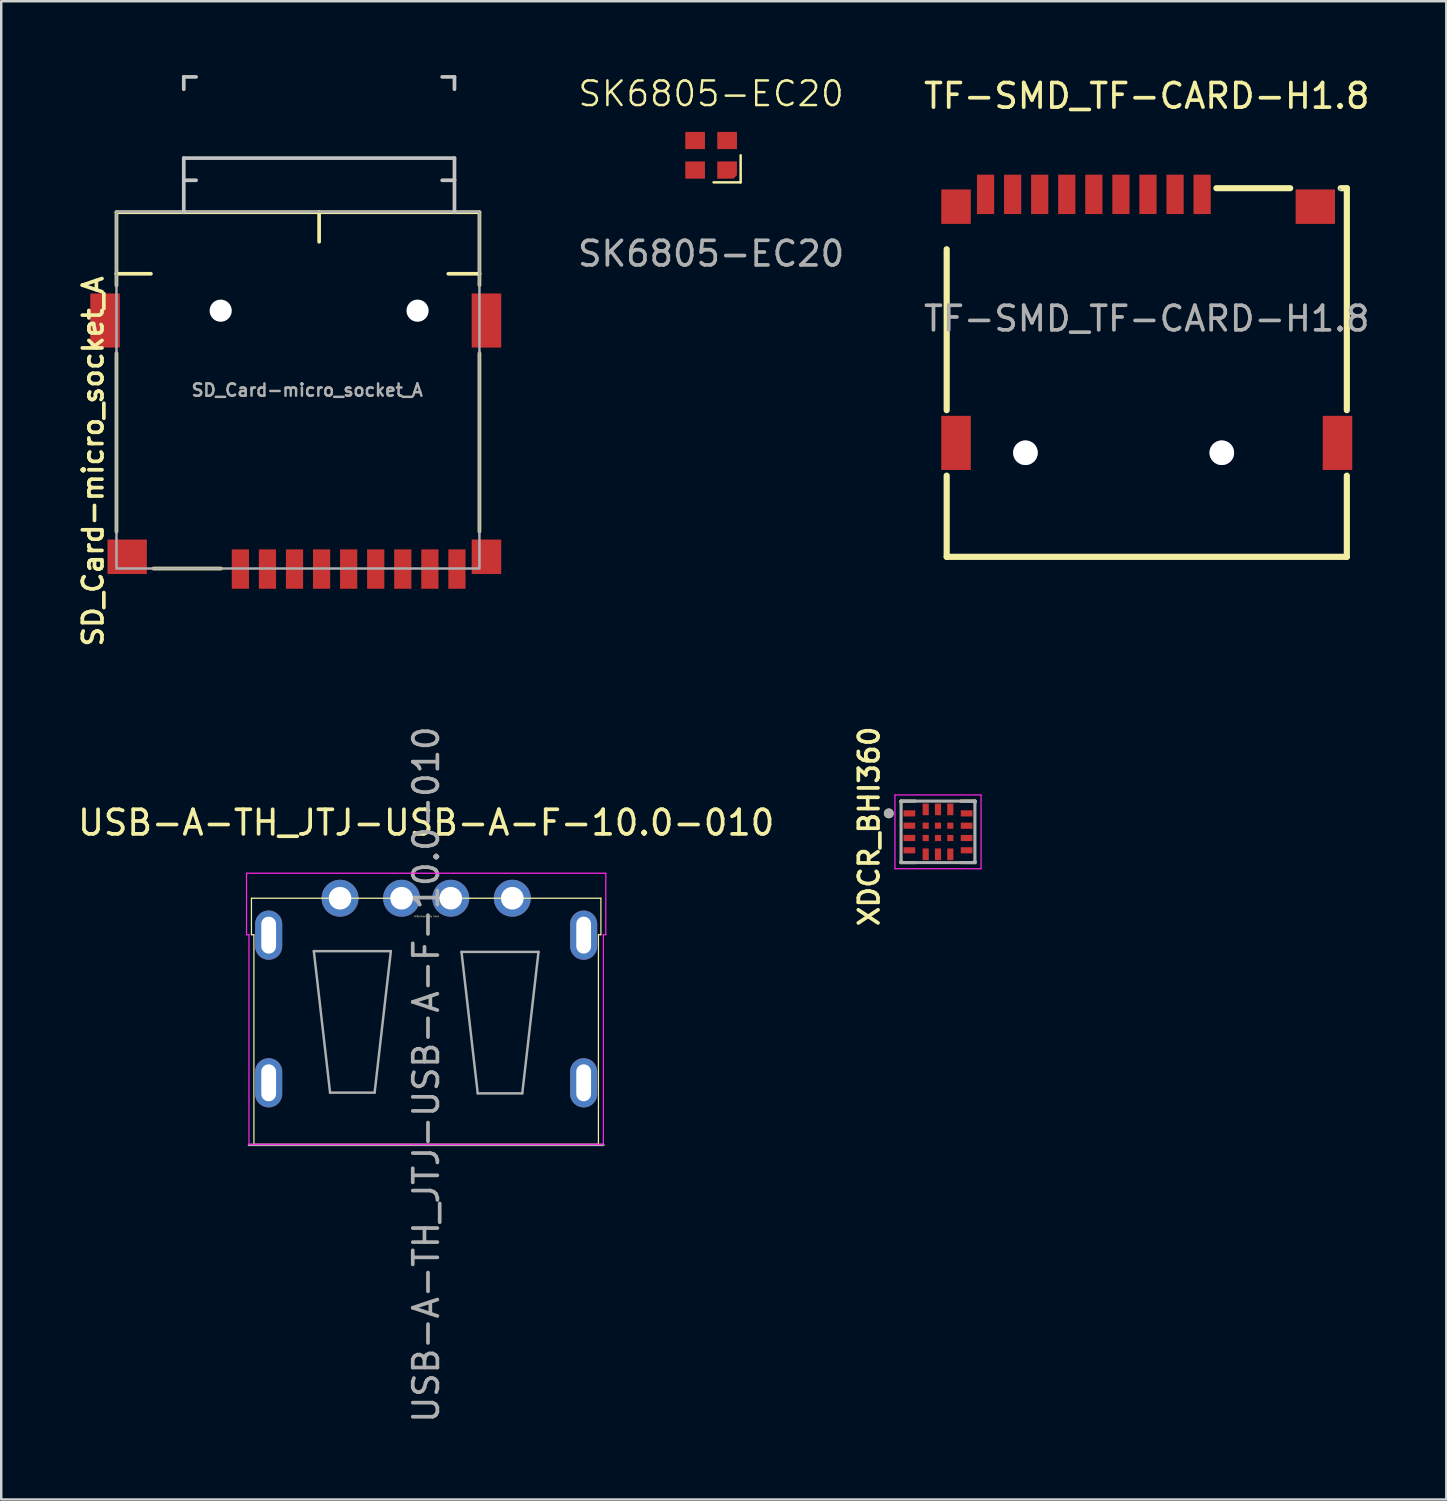
<source format=kicad_pcb>
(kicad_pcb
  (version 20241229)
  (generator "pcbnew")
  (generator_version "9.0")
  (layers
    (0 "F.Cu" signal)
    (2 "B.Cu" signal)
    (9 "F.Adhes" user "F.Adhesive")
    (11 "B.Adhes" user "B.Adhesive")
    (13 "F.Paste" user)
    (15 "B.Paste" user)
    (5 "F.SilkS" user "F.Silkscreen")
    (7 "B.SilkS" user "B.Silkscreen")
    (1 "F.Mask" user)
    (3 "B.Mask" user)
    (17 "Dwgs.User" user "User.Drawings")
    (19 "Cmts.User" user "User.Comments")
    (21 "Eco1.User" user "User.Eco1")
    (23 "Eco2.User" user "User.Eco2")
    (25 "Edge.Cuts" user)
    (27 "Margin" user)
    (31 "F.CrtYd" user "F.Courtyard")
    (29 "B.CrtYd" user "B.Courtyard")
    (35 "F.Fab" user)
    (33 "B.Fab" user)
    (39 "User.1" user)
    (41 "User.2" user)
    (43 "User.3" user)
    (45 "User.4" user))
  (footprint "TF-SMD_TF-CARD-H1.8"
    (layer "F.Cu")
    (at 43.55 9.898)
    (property "Reference" "TF-SMD_TF-CARD-H1.8" (at 0 -9.05 0) (layer "F.SilkS") (effects (font (size 1 1) (thickness 0.15))))
    (attr smd)
    (fp_line (start -8.13 -2.82) (end -8.13 3.72) (stroke (width 0.25) (type solid)) (layer "F.SilkS"))
    (fp_line (start -8.13 6.38) (end -8.13 9.68) (stroke (width 0.25) (type solid)) (layer "F.SilkS"))
    (fp_line (start -8.13 9.68) (end 8.13 9.68) (stroke (width 0.25) (type solid)) (layer "F.SilkS"))
    (fp_line (start 5.83 -5.3) (end 2.83 -5.3) (stroke (width 0.25) (type solid)) (layer "F.SilkS"))
    (fp_line (start 8.13 -5.3) (end 7.88 -5.3) (stroke (width 0.25) (type solid)) (layer "F.SilkS"))
    (fp_line (start 8.13 3.72) (end 8.13 -5.3) (stroke (width 0.25) (type solid)) (layer "F.SilkS"))
    (fp_line (start 8.13 9.68) (end 8.13 6.38) (stroke (width 0.25) (type solid)) (layer "F.SilkS"))
    (fp_circle (center -4.93 5.45) (end -4.73 5.45) (stroke (width 0.4) (type solid)) (fill no) (layer "Cmts.User"))
    (fp_circle (center 3.05 5.45) (end 3.25 5.45) (stroke (width 0.4) (type solid)) (fill no) (layer "Cmts.User"))
    (fp_circle (center 7.85 -5.25) (end 7.88 -5.25) (stroke (width 0.06) (type solid)) (fill no) (layer "F.Fab"))
    (fp_text user "${REFERENCE}" (at 0 0 0) (layer "F.Fab") (effects (font (size 1 1) (thickness 0.15))))
    (pad "" thru_hole circle (at -4.93 5.45) (size 1 1) (drill 1) (layers "*.Cu" "*.Mask"))
    (pad "" thru_hole circle (at 3.05 5.45) (size 1 1) (drill 1) (layers "*.Cu" "*.Mask"))
    (pad "1" smd rect (at 2.25 -5.05) (size 0.7 1.6) (layers "F.Cu" "F.Mask" "F.Paste"))
    (pad "2" smd rect (at 1.15 -5.05) (size 0.7 1.6) (layers "F.Cu" "F.Mask" "F.Paste"))
    (pad "3" smd rect (at 0.05 -5.05) (size 0.7 1.6) (layers "F.Cu" "F.Mask" "F.Paste"))
    (pad "4" smd rect (at -1.05 -5.05) (size 0.7 1.6) (layers "F.Cu" "F.Mask" "F.Paste"))
    (pad "5" smd rect (at -2.15 -5.05) (size 0.7 1.6) (layers "F.Cu" "F.Mask" "F.Paste"))
    (pad "6" smd rect (at -3.25 -5.05) (size 0.7 1.6) (layers "F.Cu" "F.Mask" "F.Paste"))
    (pad "7" smd rect (at -4.35 -5.05) (size 0.7 1.6) (layers "F.Cu" "F.Mask" "F.Paste"))
    (pad "8" smd rect (at -5.45 -5.05) (size 0.7 1.6) (layers "F.Cu" "F.Mask" "F.Paste"))
    (pad "9" smd rect (at -6.55 -5.05) (size 0.7 1.6) (layers "F.Cu" "F.Mask" "F.Paste"))
    (pad "10" smd rect (at -7.75 -4.55) (size 1.2 1.4) (layers "F.Cu" "F.Mask" "F.Paste"))
    (pad "11" smd rect (at -7.75 5.05) (size 1.2 2.2) (layers "F.Cu" "F.Mask" "F.Paste"))
    (pad "12" smd rect (at 7.75 5.05) (size 1.2 2.2) (layers "F.Cu" "F.Mask" "F.Paste"))
    (pad "13" smd rect (at 6.85 -4.55) (size 1.6 1.4) (layers "F.Cu" "F.Mask" "F.Paste")))
  (footprint "SD_Card-micro_socket_A"
    (layer "F.Cu")
    (at 9.933 13.053)
    (property "Reference" "SD_Card-micro_socket_A" (at -9.201 2.645 270) (layer "F.SilkS") (effects (font (size 0.8 0.8) (thickness 0.15))))
    (attr smd)
    (fp_line (start -8.25 -7.478) (end -8.25 -4.978) (stroke (width 0.15) (type solid)) (layer "F.SilkS"))
    (fp_line (start -8.25 -4.978) (end -8.25 -4.5) (stroke (width 0.15) (type default)) (layer "F.SilkS"))
    (fp_line (start -8.25 -1.75) (end -8.25 5.5) (stroke (width 0.15) (type default)) (layer "F.SilkS"))
    (fp_line (start -6.85 -4.978) (end -8.25 -4.978) (stroke (width 0.15) (type solid)) (layer "F.SilkS"))
    (fp_line (start -6.75 7) (end -4 7) (stroke (width 0.15) (type default)) (layer "F.SilkS"))
    (fp_line (start -5.45 -7.478) (end -8.25 -7.478) (stroke (width 0.15) (type solid)) (layer "F.SilkS"))
    (fp_line (start -0.015 -7.478) (end -5.515 -7.478) (stroke (width 0.15) (type solid)) (layer "F.SilkS"))
    (fp_line (start -0.015 -6.278) (end -0.015 -7.478) (stroke (width 0.15) (type solid)) (layer "F.SilkS"))
    (fp_line (start 5.235 -4.978) (end 6.5 -4.978) (stroke (width 0.15) (type solid)) (layer "F.SilkS"))
    (fp_line (start 5.485 -7.478) (end -0.015 -7.478) (stroke (width 0.15) (type solid)) (layer "F.SilkS"))
    (fp_line (start 6.5 -7.478) (end 5.485 -7.478) (stroke (width 0.15) (type solid)) (layer "F.SilkS"))
    (fp_line (start 6.5 -7.478) (end 6.5 -4.978) (stroke (width 0.15) (type solid)) (layer "F.SilkS"))
    (fp_line (start 6.5 -4.989) (end 6.5 -4.511) (stroke (width 0.15) (type default)) (layer "F.SilkS"))
    (fp_line (start 6.5 -1.75) (end 6.5 5.5) (stroke (width 0.15) (type default)) (layer "F.SilkS"))
    (fp_line (start -5.515 -12.978) (end -5.515 -12.478) (stroke (width 0.15) (type solid)) (layer "Dwgs.User"))
    (fp_line (start -5.515 -9.678) (end -5.515 -8.778) (stroke (width 0.15) (type solid)) (layer "Dwgs.User"))
    (fp_line (start -5.515 -8.778) (end -5.515 -7.478) (stroke (width 0.15) (type solid)) (layer "Dwgs.User"))
    (fp_line (start -5.015 -12.978) (end -5.515 -12.978) (stroke (width 0.15) (type solid)) (layer "Dwgs.User"))
    (fp_line (start -5.015 -8.778) (end -5.515 -8.778) (stroke (width 0.15) (type solid)) (layer "Dwgs.User"))
    (fp_line (start 4.985 -12.978) (end 5.485 -12.978) (stroke (width 0.15) (type solid)) (layer "Dwgs.User"))
    (fp_line (start 4.985 -8.778) (end 5.485 -8.778) (stroke (width 0.15) (type solid)) (layer "Dwgs.User"))
    (fp_line (start 5.485 -12.978) (end 5.485 -12.478) (stroke (width 0.15) (type solid)) (layer "Dwgs.User"))
    (fp_line (start 5.485 -9.678) (end -5.515 -9.678) (stroke (width 0.15) (type solid)) (layer "Dwgs.User"))
    (fp_line (start 5.485 -9.678) (end 5.485 -8.778) (stroke (width 0.15) (type solid)) (layer "Dwgs.User"))
    (fp_line (start 5.485 -8.778) (end 5.485 -7.478) (stroke (width 0.15) (type solid)) (layer "Dwgs.User"))
    (fp_rect (start -8.25 -7.5) (end 6.5 7) (stroke (width 0.1) (type solid)) (fill no) (layer "F.Fab"))
    (fp_text user "${REFERENCE}" (at -0.5 -0.25 180) (layer "F.Fab") (effects (font (size 0.5 0.5) (thickness 0.1))))
    (pad "" np_thru_hole circle (at -4.015 -3.478) (size 0.9 0.9) (drill 0.9) (layers "*.Cu" "*.Mask"))
    (pad "" np_thru_hole circle (at 3.985 -3.478) (size 0.9 0.9) (drill 0.9) (layers "*.Cu" "*.Mask"))
    (pad "1" smd rect (at -3.215 7.022) (size 0.7 1.6) (layers "F.Cu" "F.Mask" "F.Paste"))
    (pad "2" smd rect (at -2.115 7.022) (size 0.7 1.6) (layers "F.Cu" "F.Mask" "F.Paste"))
    (pad "3" smd rect (at -1.015 7.022) (size 0.7 1.6) (layers "F.Cu" "F.Mask" "F.Paste"))
    (pad "4" smd rect (at 0.085 7.022) (size 0.7 1.6) (layers "F.Cu" "F.Mask" "F.Paste"))
    (pad "5" smd rect (at 1.185 7.022) (size 0.7 1.6) (layers "F.Cu" "F.Mask" "F.Paste"))
    (pad "6" smd rect (at 2.285 7.022) (size 0.7 1.6) (layers "F.Cu" "F.Mask" "F.Paste"))
    (pad "7" smd rect (at 3.385 7.022) (size 0.7 1.6) (layers "F.Cu" "F.Mask" "F.Paste"))
    (pad "8" smd rect (at 4.485 7.022) (size 0.7 1.6) (layers "F.Cu" "F.Mask" "F.Paste"))
    (pad "9" smd rect (at 5.585 7.022) (size 0.7 1.6) (layers "F.Cu" "F.Mask" "F.Paste"))
    (pad "10" smd rect (at -8.715 -3.078) (size 1.2 2.2) (layers "F.Cu" "F.Mask" "F.Paste"))
    (pad "10" smd rect (at -7.815 6.522) (size 1.6 1.4) (layers "F.Cu" "F.Mask" "F.Paste"))
    (pad "10" smd rect (at 6.785 -3.078) (size 1.2 2.2) (layers "F.Cu" "F.Mask" "F.Paste"))
    (pad "10" smd rect (at 6.785 6.522) (size 1.2 1.4) (layers "F.Cu" "F.Mask" "F.Paste")))
  (footprint "XDCR_BHI360"
    (layer "F.Cu")
    (at 35.067 30.753)
    (property "Reference" "XDCR_BHI360" (at -2.8 -0.222 270) (layer "F.SilkS") (effects (font (size 0.8 0.8) (thickness 0.15))))
    (attr smd)
    (fp_poly (pts (xy -1.45 -0.925) (xy -0.875 -0.925) (xy -0.875 -0.575) (xy -1.45 -0.575)) (stroke (width 0.01) (type solid)) (fill yes) (layer "F.Mask"))
    (fp_poly (pts (xy -1.45 -0.425) (xy -0.875 -0.425) (xy -0.875 -0.075) (xy -1.45 -0.075)) (stroke (width 0.01) (type solid)) (fill yes) (layer "F.Mask"))
    (fp_poly (pts (xy -1.45 0.075) (xy -0.875 0.075) (xy -0.875 0.425) (xy -1.45 0.425)) (stroke (width 0.01) (type solid)) (fill yes) (layer "F.Mask"))
    (fp_poly (pts (xy -1.45 0.575) (xy -0.875 0.575) (xy -0.875 0.925) (xy -1.45 0.925)) (stroke (width 0.01) (type solid)) (fill yes) (layer "F.Mask"))
    (fp_poly (pts (xy -0.675 -1.2) (xy -0.325 -1.2) (xy -0.325 -0.625) (xy -0.675 -0.625)) (stroke (width 0.01) (type solid)) (fill yes) (layer "F.Mask"))
    (fp_poly (pts (xy -0.675 -0.425) (xy -0.325 -0.425) (xy -0.325 -0.075) (xy -0.675 -0.075)) (stroke (width 0.01) (type solid)) (fill yes) (layer "F.Mask"))
    (fp_poly (pts (xy -0.675 0.075) (xy -0.325 0.075) (xy -0.325 0.425) (xy -0.675 0.425)) (stroke (width 0.01) (type solid)) (fill yes) (layer "F.Mask"))
    (fp_poly (pts (xy -0.675 0.625) (xy -0.325 0.625) (xy -0.325 1.2) (xy -0.675 1.2)) (stroke (width 0.01) (type solid)) (fill yes) (layer "F.Mask"))
    (fp_poly (pts (xy -0.175 -1.2) (xy 0.175 -1.2) (xy 0.175 -0.625) (xy -0.175 -0.625)) (stroke (width 0.01) (type solid)) (fill yes) (layer "F.Mask"))
    (fp_poly (pts (xy -0.175 -0.425) (xy 0.175 -0.425) (xy 0.175 -0.075) (xy -0.175 -0.075)) (stroke (width 0.01) (type solid)) (fill yes) (layer "F.Mask"))
    (fp_poly (pts (xy -0.175 0.075) (xy 0.175 0.075) (xy 0.175 0.425) (xy -0.175 0.425)) (stroke (width 0.01) (type solid)) (fill yes) (layer "F.Mask"))
    (fp_poly (pts (xy -0.175 0.625) (xy 0.175 0.625) (xy 0.175 1.2) (xy -0.175 1.2)) (stroke (width 0.01) (type solid)) (fill yes) (layer "F.Mask"))
    (fp_poly (pts (xy 0.325 -1.2) (xy 0.675 -1.2) (xy 0.675 -0.625) (xy 0.325 -0.625)) (stroke (width 0.01) (type solid)) (fill yes) (layer "F.Mask"))
    (fp_poly (pts (xy 0.325 -0.425) (xy 0.675 -0.425) (xy 0.675 -0.075) (xy 0.325 -0.075)) (stroke (width 0.01) (type solid)) (fill yes) (layer "F.Mask"))
    (fp_poly (pts (xy 0.325 0.075) (xy 0.675 0.075) (xy 0.675 0.425) (xy 0.325 0.425)) (stroke (width 0.01) (type solid)) (fill yes) (layer "F.Mask"))
    (fp_poly (pts (xy 0.325 0.625) (xy 0.675 0.625) (xy 0.675 1.2) (xy 0.325 1.2)) (stroke (width 0.01) (type solid)) (fill yes) (layer "F.Mask"))
    (fp_poly (pts (xy 0.875 0.075) (xy 1.45 0.075) (xy 1.45 0.425) (xy 0.875 0.425)) (stroke (width 0.01) (type solid)) (fill yes) (layer "F.Mask"))
    (fp_poly (pts (xy 0.875 -0.925) (xy 1.45 -0.925) (xy 1.45 -0.575) (xy 0.875 -0.575)) (stroke (width 0.01) (type solid)) (fill yes) (layer "F.Mask"))
    (fp_poly (pts (xy 0.875 -0.425) (xy 1.45 -0.425) (xy 1.45 -0.075) (xy 0.875 -0.075)) (stroke (width 0.01) (type solid)) (fill yes) (layer "F.Mask"))
    (fp_poly (pts (xy 0.875 0.575) (xy 1.45 0.575) (xy 1.45 0.925) (xy 0.875 0.925)) (stroke (width 0.01) (type solid)) (fill yes) (layer "F.Mask"))
    (fp_line (start -1.5 -1.25) (end -0.94 -1.25) (stroke (width 0.127) (type solid)) (layer "F.SilkS"))
    (fp_line (start -1.5 -1.19) (end -1.5 -1.25) (stroke (width 0.127) (type solid)) (layer "F.SilkS"))
    (fp_line (start -1.5 1.25) (end -1.5 1.19) (stroke (width 0.127) (type solid)) (layer "F.SilkS"))
    (fp_line (start -0.94 1.25) (end -1.5 1.25) (stroke (width 0.127) (type solid)) (layer "F.SilkS"))
    (fp_line (start 0.94 -1.25) (end 1.5 -1.25) (stroke (width 0.127) (type solid)) (layer "F.SilkS"))
    (fp_line (start 1.5 -1.25) (end 1.5 -1.19) (stroke (width 0.127) (type solid)) (layer "F.SilkS"))
    (fp_line (start 1.5 1.19) (end 1.5 1.25) (stroke (width 0.127) (type solid)) (layer "F.SilkS"))
    (fp_line (start 1.5 1.25) (end 0.94 1.25) (stroke (width 0.127) (type solid)) (layer "F.SilkS"))
    (fp_circle (center -2 -0.75) (end -1.9 -0.75) (stroke (width 0.2) (type solid)) (fill no) (layer "F.SilkS"))
    (fp_line (start -1.75 -1.5) (end 1.75 -1.5) (stroke (width 0.05) (type solid)) (layer "F.CrtYd"))
    (fp_line (start -1.75 1.5) (end -1.75 -1.5) (stroke (width 0.05) (type solid)) (layer "F.CrtYd"))
    (fp_line (start 1.75 -1.5) (end 1.75 1.5) (stroke (width 0.05) (type solid)) (layer "F.CrtYd"))
    (fp_line (start 1.75 1.5) (end -1.75 1.5) (stroke (width 0.05) (type solid)) (layer "F.CrtYd"))
    (fp_line (start -1.5 -1.25) (end 1.5 -1.25) (stroke (width 0.127) (type solid)) (layer "F.Fab"))
    (fp_line (start -1.5 1.25) (end -1.5 -1.25) (stroke (width 0.127) (type solid)) (layer "F.Fab"))
    (fp_line (start 1.5 -1.25) (end 1.5 1.25) (stroke (width 0.127) (type solid)) (layer "F.Fab"))
    (fp_line (start 1.5 1.25) (end -1.5 1.25) (stroke (width 0.127) (type solid)) (layer "F.Fab"))
    (fp_circle (center -2 -0.75) (end -1.9 -0.75) (stroke (width 0.2) (type solid)) (fill no) (layer "F.Fab"))
    (pad "1" smd rect (at -1.163 -0.75) (size 0.475 0.25) (layers "F.Cu" "F.Paste"))
    (pad "2" smd rect (at -1.163 -0.25) (size 0.475 0.25) (layers "F.Cu" "F.Paste"))
    (pad "3" smd rect (at -1.163 0.25) (size 0.475 0.25) (layers "F.Cu" "F.Paste"))
    (pad "4" smd rect (at -1.163 0.75) (size 0.475 0.25) (layers "F.Cu" "F.Paste"))
    (pad "5" smd rect (at -0.5 0.912) (size 0.25 0.475) (layers "F.Cu" "F.Paste"))
    (pad "6" smd rect (at 0 0.912) (size 0.25 0.475) (layers "F.Cu" "F.Paste"))
    (pad "7" smd rect (at 0.5 0.912) (size 0.25 0.475) (layers "F.Cu" "F.Paste"))
    (pad "8" smd rect (at 1.163 0.75) (size 0.475 0.25) (layers "F.Cu" "F.Paste"))
    (pad "9" smd rect (at 1.163 0.25) (size 0.475 0.25) (layers "F.Cu" "F.Paste"))
    (pad "10" smd rect (at 1.163 -0.25) (size 0.475 0.25) (layers "F.Cu" "F.Paste"))
    (pad "11" smd rect (at 1.163 -0.75) (size 0.475 0.25) (layers "F.Cu" "F.Paste"))
    (pad "12" smd rect (at 0.5 -0.912) (size 0.25 0.475) (layers "F.Cu" "F.Paste"))
    (pad "13" smd rect (at 0 -0.912) (size 0.25 0.475) (layers "F.Cu" "F.Paste"))
    (pad "14" smd rect (at -0.5 -0.912) (size 0.25 0.475) (layers "F.Cu" "F.Paste"))
    (pad "15" smd rect (at -0.5 0.25) (size 0.25 0.25) (layers "F.Cu" "F.Paste"))
    (pad "16" smd rect (at 0 0.25) (size 0.25 0.25) (layers "F.Cu" "F.Paste"))
    (pad "17" smd rect (at 0.5 0.25) (size 0.25 0.25) (layers "F.Cu" "F.Paste"))
    (pad "18" smd rect (at 0.5 -0.25) (size 0.25 0.25) (layers "F.Cu" "F.Paste"))
    (pad "19" smd rect (at 0 -0.25) (size 0.25 0.25) (layers "F.Cu" "F.Paste"))
    (pad "20" smd rect (at -0.5 -0.25) (size 0.25 0.25) (layers "F.Cu" "F.Paste")))
  (footprint "SK6805-EC20"
    (layer "F.Cu")
    (at 25.847 3.26)
    (property "Reference" "SK6805-EC20" (at 0 -2.5 0) (unlocked yes) (layer "F.SilkS") (effects (font (size 1 1) (thickness 0.1))))
    (attr smd)
    (fp_line (start 1.2 1.1) (end 0.1 1.1) (stroke (width 0.1) (type default)) (layer "F.SilkS"))
    (fp_line (start 1.2 1.1) (end 1.2 0) (stroke (width 0.1) (type default)) (layer "F.SilkS"))
    (fp_text user "${REFERENCE}" (at 0 4 0) (unlocked yes) (layer "F.Fab") (effects (font (size 1 1) (thickness 0.15))))
    (pad "1" smd roundrect (at 0.65 0.6 180) (size 0.8 0.7) (layers "F.Cu" "F.Mask" "F.Paste") (roundrect_rratio 0) (chamfer_ratio 0.2) (chamfer top_left))
    (pad "2" smd rect (at 0.65 -0.6 180) (size 0.8 0.7) (layers "F.Cu" "F.Mask" "F.Paste"))
    (pad "3" smd rect (at -0.65 -0.6 180) (size 0.8 0.7) (layers "F.Cu" "F.Mask" "F.Paste"))
    (pad "4" smd rect (at -0.65 0.6 180) (size 0.8 0.7) (layers "F.Cu" "F.Mask" "F.Paste")))
  (footprint "USB-A-TH_JTJ-USB-A-F-10.0-010"
    (layer "F.Cu")
    (at 14.268 33.451)
    (property "Reference" "USB-A-TH_JTJ-USB-A-F-10.0-010" (at 0 -3.07 180) (layer "F.SilkS") (effects (font (size 1 1) (thickness 0.15))))
    (attr through_hole)
    (fp_line (start -7.1 0) (end -7.1 1.484) (stroke (width 0.05) (type solid)) (layer "F.SilkS"))
    (fp_line (start -7.1 1.484) (end -7 1.484) (stroke (width 0.05) (type default)) (layer "F.SilkS"))
    (fp_line (start -7 1.484) (end -7 10) (stroke (width 0.05) (type default)) (layer "F.SilkS"))
    (fp_line (start -7 10) (end 7 10) (stroke (width 0.05) (type solid)) (layer "F.SilkS"))
    (fp_line (start 7 1.484) (end 7 10) (stroke (width 0.05) (type default)) (layer "F.SilkS"))
    (fp_line (start 7 1.484) (end 7.1 1.484) (stroke (width 0.05) (type default)) (layer "F.SilkS"))
    (fp_line (start 7.1 0) (end -7.1 0) (stroke (width 0.05) (type solid)) (layer "F.SilkS"))
    (fp_line (start 7.1 0) (end 7.1 1.484) (stroke (width 0.05) (type solid)) (layer "F.SilkS"))
    (fp_line (start -7.3 -1.016) (end -7.3 1.484) (stroke (width 0.05) (type solid)) (layer "F.CrtYd"))
    (fp_line (start -7.3 1.484) (end -7.2 1.484) (stroke (width 0.05) (type default)) (layer "F.CrtYd"))
    (fp_line (start -7.2 1.484) (end -7.2 10) (stroke (width 0.05) (type default)) (layer "F.CrtYd"))
    (fp_line (start -7.2 10) (end 7.2 10) (stroke (width 0.05) (type solid)) (layer "F.CrtYd"))
    (fp_line (start 7.2 1.484) (end 7.2 10) (stroke (width 0.05) (type default)) (layer "F.CrtYd"))
    (fp_line (start 7.2 1.484) (end 7.3 1.484) (stroke (width 0.05) (type default)) (layer "F.CrtYd"))
    (fp_line (start 7.3 -1.016) (end -7.3 -1.016) (stroke (width 0.05) (type solid)) (layer "F.CrtYd"))
    (fp_line (start 7.3 -1.016) (end 7.3 1.484) (stroke (width 0.05) (type solid)) (layer "F.CrtYd"))
    (fp_line (start -7.2 10.025) (end 7.2 10.025) (stroke (width 0.1) (type solid)) (layer "F.Fab"))
    (fp_line (start -4.565 2.15) (end -3.905 7.9) (stroke (width 0.1) (type solid)) (layer "F.Fab"))
    (fp_line (start -3.905 7.9) (end -2.095 7.9) (stroke (width 0.1) (type solid)) (layer "F.Fab"))
    (fp_line (start -2.095 7.9) (end -1.435 2.15) (stroke (width 0.1) (type solid)) (layer "F.Fab"))
    (fp_line (start -1.435 2.15) (end -4.565 2.15) (stroke (width 0.1) (type solid)) (layer "F.Fab"))
    (fp_line (start 1.435 2.18) (end 2.095 7.93) (stroke (width 0.1) (type solid)) (layer "F.Fab"))
    (fp_line (start 2.095 7.93) (end 3.905 7.93) (stroke (width 0.1) (type solid)) (layer "F.Fab"))
    (fp_line (start 3.905 7.93) (end 4.565 2.18) (stroke (width 0.1) (type solid)) (layer "F.Fab"))
    (fp_line (start 4.565 2.18) (end 1.435 2.18) (stroke (width 0.1) (type solid)) (layer "F.Fab"))
    (fp_text user "Wietsman was here" (at -0.5 0.775 0) (unlocked yes) (layer "F.SilkS") (effects (font (size 0.07 0.07) (thickness 0.009)) (justify left bottom)))
    (fp_text user "${REFERENCE}" (at 0 7.165 90) (layer "F.Fab") (effects (font (size 1 1) (thickness 0.15))))
    (pad "1" thru_hole circle (at -3.5 0 90) (size 1.5 1.5) (drill 0.92) (layers "*.Cu" "*.Mask"))
    (pad "2" thru_hole circle (at -1 0 90) (size 1.5 1.5) (drill 0.92) (layers "*.Cu" "*.Mask"))
    (pad "3" thru_hole circle (at 1 0 180) (size 1.5 1.5) (drill 0.92) (layers "*.Cu" "*.Mask"))
    (pad "4" thru_hole circle (at 3.5 0 90) (size 1.5 1.5) (drill 0.92) (layers "*.Cu" "*.Mask"))
    (pad "5" thru_hole oval (at 6.4 1.5 90) (size 2 1.1) (drill oval 1.5 0.6) (layers "*.Cu" "*.Mask"))
    (pad "6" thru_hole oval (at 6.4 7.5 90) (size 2 1.1) (drill oval 1.5 0.6) (layers "*.Cu" "*.Mask"))
    (pad "7" thru_hole oval (at -6.4 7.5 90) (size 2 1.1) (drill oval 1.5 0.6) (layers "*.Cu" "*.Mask"))
    (pad "8" thru_hole oval (at -6.4 1.5 90) (size 2 1.1) (drill oval 1.5 0.6) (layers "*.Cu" "*.Mask")))
  (gr_rect
    (start -3 -3)
    (end 55.722 57.883)
    (stroke (width 0.1) (type default))
    (fill no)
    (layer "Edge.Cuts")))
</source>
